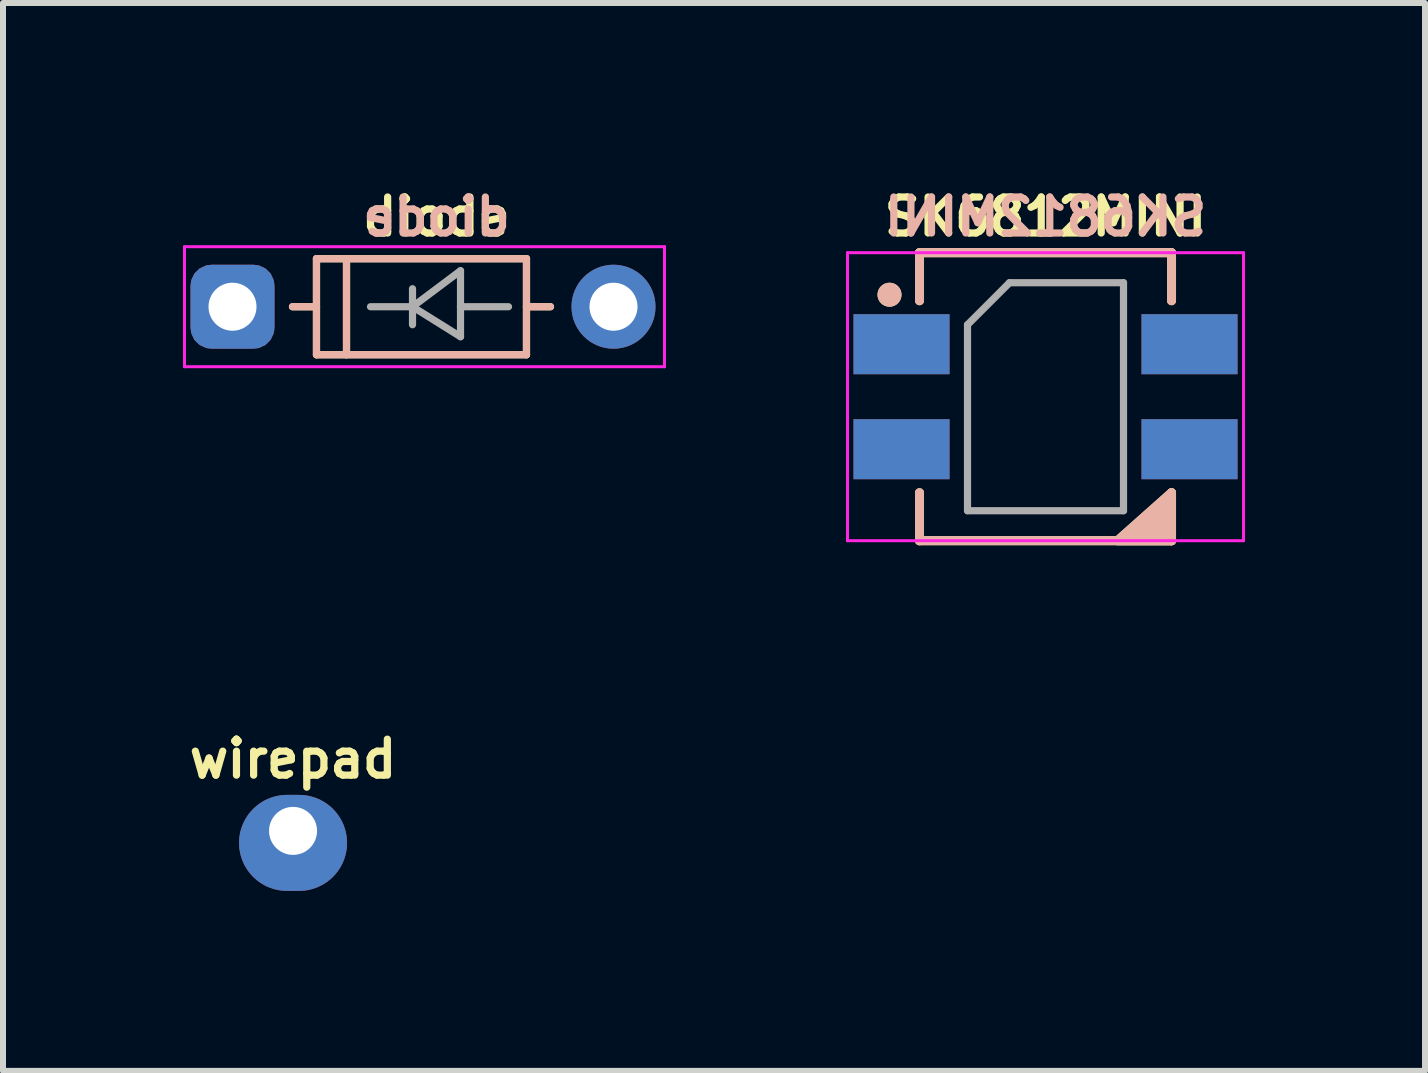
<source format=kicad_pcb>
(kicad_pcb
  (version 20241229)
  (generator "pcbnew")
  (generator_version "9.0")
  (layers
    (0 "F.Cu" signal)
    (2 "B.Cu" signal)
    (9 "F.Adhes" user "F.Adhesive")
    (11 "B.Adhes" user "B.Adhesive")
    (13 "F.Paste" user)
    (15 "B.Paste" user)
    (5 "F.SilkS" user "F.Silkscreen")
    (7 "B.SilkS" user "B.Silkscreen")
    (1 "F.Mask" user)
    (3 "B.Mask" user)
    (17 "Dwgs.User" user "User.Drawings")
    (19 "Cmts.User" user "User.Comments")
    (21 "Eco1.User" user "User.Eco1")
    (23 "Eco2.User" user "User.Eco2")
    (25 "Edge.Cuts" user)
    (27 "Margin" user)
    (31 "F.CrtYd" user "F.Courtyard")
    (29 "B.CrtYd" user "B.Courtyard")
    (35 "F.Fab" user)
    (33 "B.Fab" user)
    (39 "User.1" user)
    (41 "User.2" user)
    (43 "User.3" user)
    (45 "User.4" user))
  (footprint "diode"
    (layer "F.Cu")
    (at 0.825 2.062)
    (property "Reference" "diode" (at 3.4 -1.5 0) (layer "F.SilkS") (effects (font (size 0.6 0.6) (thickness 0.12))))
    (attr through_hole)
    (fp_line (start 1.4 -0.8) (end 4.9 -0.8) (stroke (width 0.12) (type solid)) (layer "F.SilkS"))
    (fp_line (start 1.4 0) (end 1 0) (stroke (width 0.12) (type solid)) (layer "F.SilkS"))
    (fp_line (start 1.4 0.8) (end 1.4 -0.8) (stroke (width 0.12) (type solid)) (layer "F.SilkS"))
    (fp_line (start 1.9 -0.8) (end 1.9 0.8) (stroke (width 0.12) (type solid)) (layer "F.SilkS"))
    (fp_line (start 4.9 -0.8) (end 4.9 0.8) (stroke (width 0.12) (type solid)) (layer "F.SilkS"))
    (fp_line (start 4.9 0) (end 5.3 0) (stroke (width 0.12) (type solid)) (layer "F.SilkS"))
    (fp_line (start 4.9 0.8) (end 1.4 0.8) (stroke (width 0.12) (type solid)) (layer "F.SilkS"))
    (fp_line (start 1.399 -0.8) (end 1.399 0.8) (stroke (width 0.12) (type solid)) (layer "B.SilkS"))
    (fp_line (start 1.399 0) (end 0.999 0) (stroke (width 0.12) (type solid)) (layer "B.SilkS"))
    (fp_line (start 1.399 0.8) (end 4.899 0.8) (stroke (width 0.12) (type solid)) (layer "B.SilkS"))
    (fp_line (start 1.9 -0.8) (end 1.9 0.8) (stroke (width 0.12) (type solid)) (layer "B.SilkS"))
    (fp_line (start 4.899 -0.8) (end 1.399 -0.8) (stroke (width 0.12) (type solid)) (layer "B.SilkS"))
    (fp_line (start 4.899 0) (end 5.299 0) (stroke (width 0.12) (type solid)) (layer "B.SilkS"))
    (fp_line (start 4.899 0.8) (end 4.899 -0.8) (stroke (width 0.12) (type solid)) (layer "B.SilkS"))
    (fp_line (start -0.8 -1) (end -0.8 1) (stroke (width 0.05) (type solid)) (layer "F.CrtYd"))
    (fp_line (start -0.8 1) (end 7.2 1) (stroke (width 0.05) (type solid)) (layer "F.CrtYd"))
    (fp_line (start 7.2 -1) (end -0.8 -1) (stroke (width 0.05) (type solid)) (layer "F.CrtYd"))
    (fp_line (start 7.2 1) (end 7.2 -1) (stroke (width 0.05) (type solid)) (layer "F.CrtYd"))
    (fp_line (start 3 -0.3) (end 3 0.3) (stroke (width 0.12) (type solid)) (layer "F.Fab"))
    (fp_line (start 3 0) (end 2.3 0) (stroke (width 0.12) (type solid)) (layer "F.Fab"))
    (fp_line (start 3.8 -0.6) (end 3 0) (stroke (width 0.12) (type solid)) (layer "F.Fab"))
    (fp_line (start 3.8 0) (end 3.8 -0.6) (stroke (width 0.12) (type solid)) (layer "F.Fab"))
    (fp_line (start 3.8 0) (end 3.8 0.5) (stroke (width 0.12) (type solid)) (layer "F.Fab"))
    (fp_line (start 3.8 0.5) (end 3 0) (stroke (width 0.12) (type solid)) (layer "F.Fab"))
    (fp_line (start 4.6 0) (end 3.8 0) (stroke (width 0.12) (type solid)) (layer "F.Fab"))
    (fp_text user "${REFERENCE}" (at 3.4 -1.5 0) (layer "B.SilkS") (effects (font (size 0.6 0.6) (thickness 0.12)) (justify mirror)))
    (pad "1" thru_hole roundrect (at 0 0) (size 1.4 1.4) (drill 0.8) (layers "*.Cu" "*.Mask") (roundrect_rratio 0.25))
    (pad "2" thru_hole circle (at 6.35 0) (size 1.4 1.4) (drill 0.8) (layers "*.Cu" "*.Mask")))
  (footprint "SK6812MINI"
    (layer "F.Cu")
    (at 14.375 3.562)
    (property "Reference" "SK6812MINI" (at 0 -3 0) (layer "F.SilkS") (effects (font (size 0.6 0.6) (thickness 0.12))))
    (attr smd)
    (fp_line (start -2.1 -2.4) (end -2.1 -1.6) (stroke (width 0.15) (type solid)) (layer "F.SilkS"))
    (fp_line (start -2.1 -2.4) (end 2.1 -2.4) (stroke (width 0.15) (type solid)) (layer "F.SilkS"))
    (fp_line (start -2.1 2.4) (end -2.1 1.6) (stroke (width 0.15) (type solid)) (layer "F.SilkS"))
    (fp_line (start 2.1 -2.4) (end 2.1 -1.6) (stroke (width 0.15) (type solid)) (layer "F.SilkS"))
    (fp_line (start 2.1 2.4) (end -2.1 2.4) (stroke (width 0.15) (type solid)) (layer "F.SilkS"))
    (fp_line (start 2.1 2.4) (end 2.1 1.6) (stroke (width 0.15) (type solid)) (layer "F.SilkS"))
    (fp_circle (center -2.6 -1.7) (end -2.5 -1.7) (stroke (width 0.2) (type solid)) (fill no) (layer "F.SilkS"))
    (fp_poly (pts (xy 2.1 2.4) (xy 1.2 2.4) (xy 2.1 1.6)) (stroke (width 0.15) (type solid)) (fill yes) (layer "F.SilkS"))
    (fp_line (start -2.1 -2.4) (end -2.1 -1.6) (stroke (width 0.15) (type solid)) (layer "B.SilkS"))
    (fp_line (start -2.1 -2.4) (end 2.1 -2.4) (stroke (width 0.15) (type solid)) (layer "B.SilkS"))
    (fp_line (start -2.1 2.4) (end -2.1 1.6) (stroke (width 0.15) (type solid)) (layer "B.SilkS"))
    (fp_line (start 2.1 -2.4) (end 2.1 -1.6) (stroke (width 0.15) (type solid)) (layer "B.SilkS"))
    (fp_line (start 2.1 2.4) (end -2.1 2.4) (stroke (width 0.15) (type solid)) (layer "B.SilkS"))
    (fp_line (start 2.1 2.4) (end 2.1 1.6) (stroke (width 0.15) (type solid)) (layer "B.SilkS"))
    (fp_circle (center -2.6 -1.7) (end -2.5 -1.7) (stroke (width 0.2) (type solid)) (fill no) (layer "B.SilkS"))
    (fp_poly (pts (xy 2.1 2.4) (xy 1.2 2.4) (xy 2.1 1.6)) (stroke (width 0.15) (type solid)) (fill yes) (layer "B.SilkS"))
    (fp_line (start -3.3 -2.4) (end -3.3 2.4) (stroke (width 0.05) (type solid)) (layer "F.CrtYd"))
    (fp_line (start -3.3 2.4) (end 3.3 2.4) (stroke (width 0.05) (type solid)) (layer "F.CrtYd"))
    (fp_line (start 3.3 -2.4) (end -3.3 -2.4) (stroke (width 0.05) (type solid)) (layer "F.CrtYd"))
    (fp_line (start 3.3 2.4) (end 3.3 -2.4) (stroke (width 0.05) (type solid)) (layer "F.CrtYd"))
    (fp_line (start -1.3 -1.2) (end -0.6 -1.9) (stroke (width 0.12) (type solid)) (layer "F.Fab"))
    (fp_line (start -1.3 1.9) (end -1.3 -1.2) (stroke (width 0.12) (type solid)) (layer "F.Fab"))
    (fp_line (start -0.6 -1.9) (end 1.3 -1.9) (stroke (width 0.12) (type solid)) (layer "F.Fab"))
    (fp_line (start 1.3 -1.9) (end 1.3 1.9) (stroke (width 0.12) (type solid)) (layer "F.Fab"))
    (fp_line (start 1.3 1.9) (end -1.3 1.9) (stroke (width 0.12) (type solid)) (layer "F.Fab"))
    (fp_text user "${REFERENCE}" (at 0 -3 0) (layer "B.SilkS") (effects (font (size 0.6 0.6) (thickness 0.12)) (justify mirror)))
    (pad "1" smd rect (at -2.4 -0.875) (size 1.6 1) (layers "F.Cu" "F.Mask" "F.Paste"))
    (pad "1" smd rect (at -2.4 -0.875) (size 1.6 1) (layers "B.Cu" "B.Mask" "B.Paste"))
    (pad "2" smd rect (at -2.4 0.875) (size 1.6 1) (layers "F.Cu" "F.Mask" "F.Paste"))
    (pad "2" smd rect (at -2.4 0.875) (size 1.6 1) (layers "B.Cu" "B.Mask" "B.Paste"))
    (pad "3" smd rect (at 2.4 0.875) (size 1.6 1) (layers "F.Cu" "F.Mask" "F.Paste"))
    (pad "3" smd rect (at 2.4 0.875) (size 1.6 1) (layers "B.Cu" "B.Mask" "B.Paste"))
    (pad "4" smd rect (at 2.4 -0.875) (size 1.6 1) (layers "F.Cu" "F.Mask" "F.Paste"))
    (pad "4" smd rect (at 2.4 -0.875) (size 1.6 1) (layers "B.Cu" "B.Mask" "B.Paste")))
  (footprint "wirepad"
    (layer "F.Cu")
    (at 1.834 10.798)
    (property "Reference" "wirepad" (at 0 -1.2 0) (layer "F.SilkS") (effects (font (size 0.6 0.6) (thickness 0.12))))
    (attr exclude_from_pos_files exclude_from_bom)
    (pad "1" thru_hole oval (at 0 0) (size 1.8 1.6) (drill 0.8 (offset 0 0.2)) (layers "*.Cu" "*.Mask")))
  (gr_rect
    (start -3 -3)
    (end 20.7 14.798)
    (stroke (width 0.1) (type default))
    (fill no)
    (layer "Edge.Cuts")))
</source>
